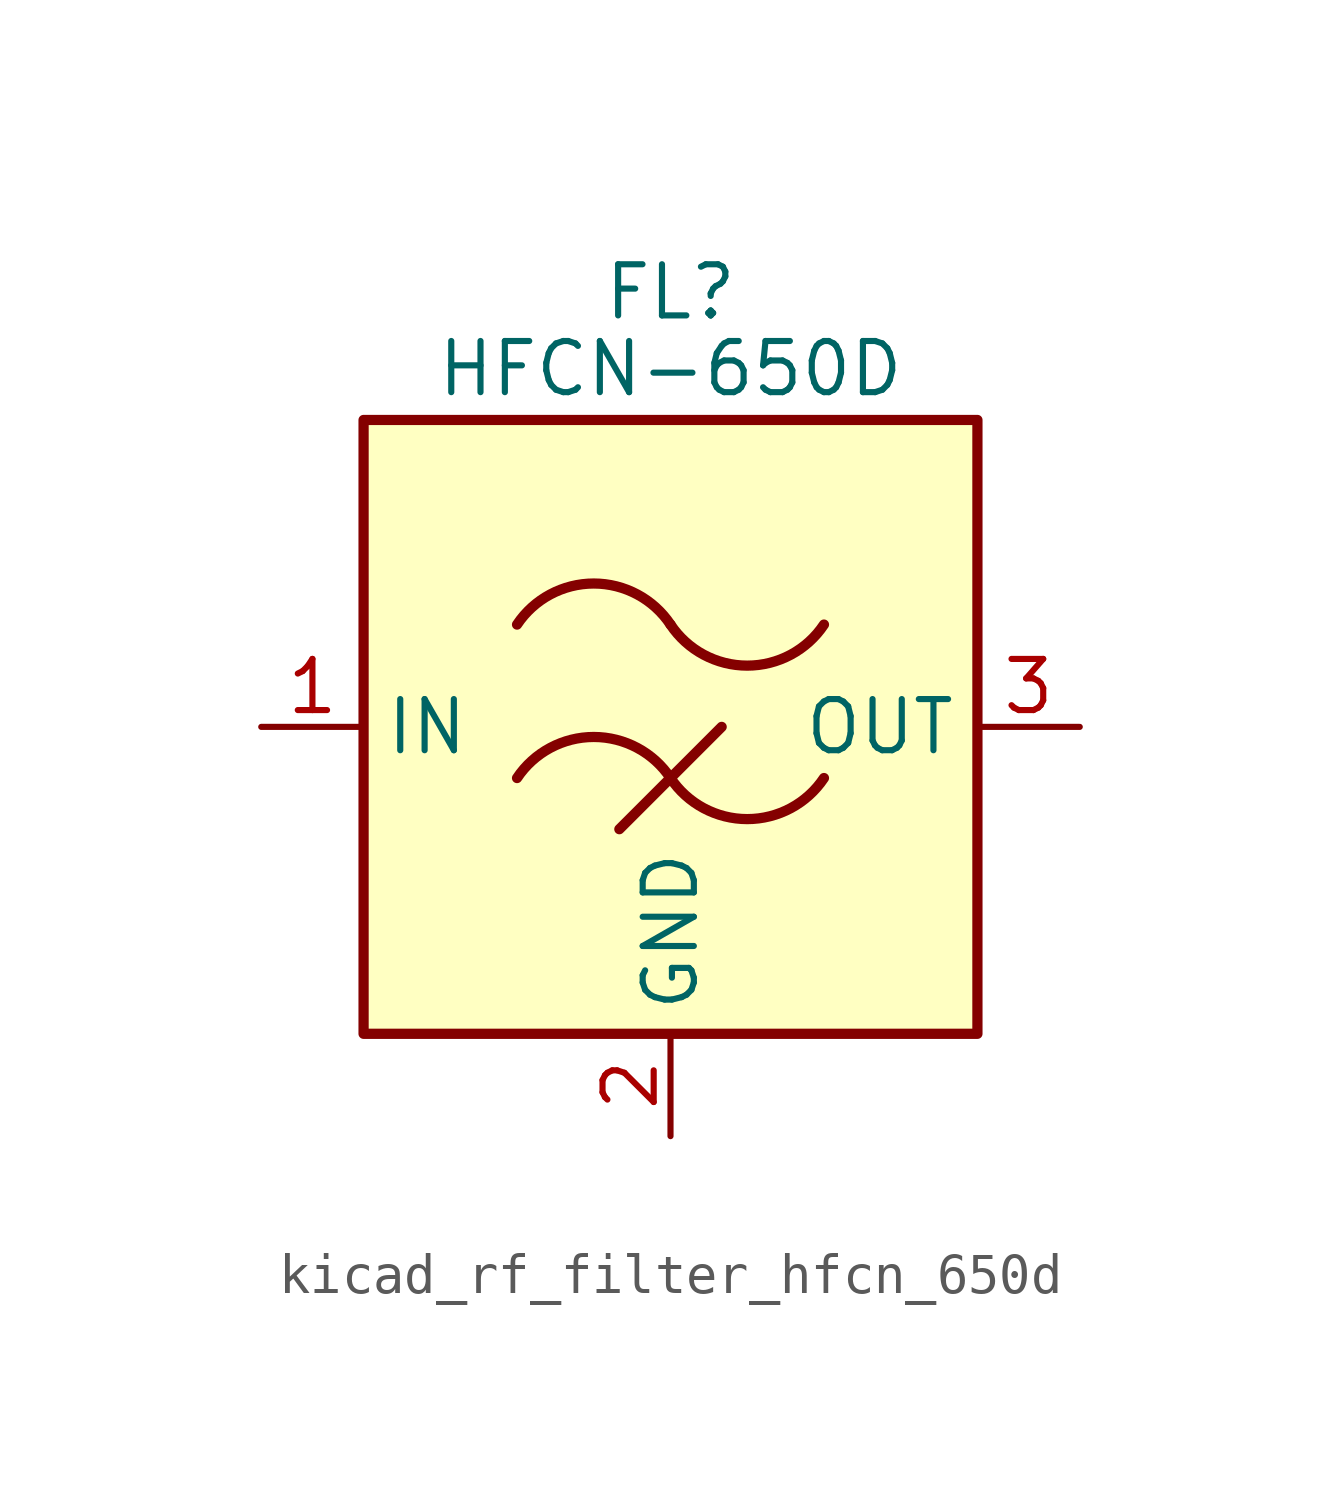
<source format=kicad_sym>
(kicad_symbol_lib
  (version 20220914)
  (generator kicad_symbol_editor)
  (symbol "kicad_rf_filter_hfcn_650d"
    (property "Reference" "FL"
      (at 0 10.795 0)
      (effects (font (size 1.27 1.27))))
    (property "Value" "HFCN-650D"
      (at 0 8.89 0)
      (effects (font (size 1.27 1.27))))
    (symbol "kicad_rf_filter_hfcn_650d_0_1"
      (rectangle (start -7.62 7.62) (end 7.62 -7.62) (stroke (width 0.254) (type default)) (fill (type background)))
      (arc (start 0 -1.27) (mid -1.905 -0.2505) (end -3.81 -1.27) (stroke (width 0.254) (type default)) (fill (type none)))
      (arc (start 0 -1.27) (mid 1.905 -2.2895) (end 3.81 -1.27) (stroke (width 0.254) (type default)) (fill (type none)))
      (polyline (pts (xy -1.27 -2.54) (xy 1.27 0)) (stroke (width 0.254) (type default)) (fill (type none)))
      (arc (start 0 2.54) (mid -1.905 3.5595) (end -3.81 2.54) (stroke (width 0.254) (type default)) (fill (type none)))
      (arc (start 0 2.54) (mid 1.905 1.5205) (end 3.81 2.54) (stroke (width 0.254) (type default)) (fill (type none))))
    (symbol "kicad_rf_filter_hfcn_650d_1_1"
      (pin passive line (at -10.16 0 0) (length 2.54) (name "IN" (effects (font (size 1.27 1.27)))) (number "1" (effects (font (size 1.27 1.27)))))
      (pin passive line (at 0 -10.16 90) (length 2.54) (name "GND" (effects (font (size 1.27 1.27)))) (number "2" (effects (font (size 1.27 1.27)))))
      (pin passive line (at 10.16 0 180) (length 2.54) (name "OUT" (effects (font (size 1.27 1.27)))) (number "3" (effects (font (size 1.27 1.27)))))
      (pin passive line (at 0 -10.16 90) (length 2.54) hide (name "GND" (effects (font (size 1.27 1.27)))) (number "4" (effects (font (size 1.27 1.27))))))))
</source>
